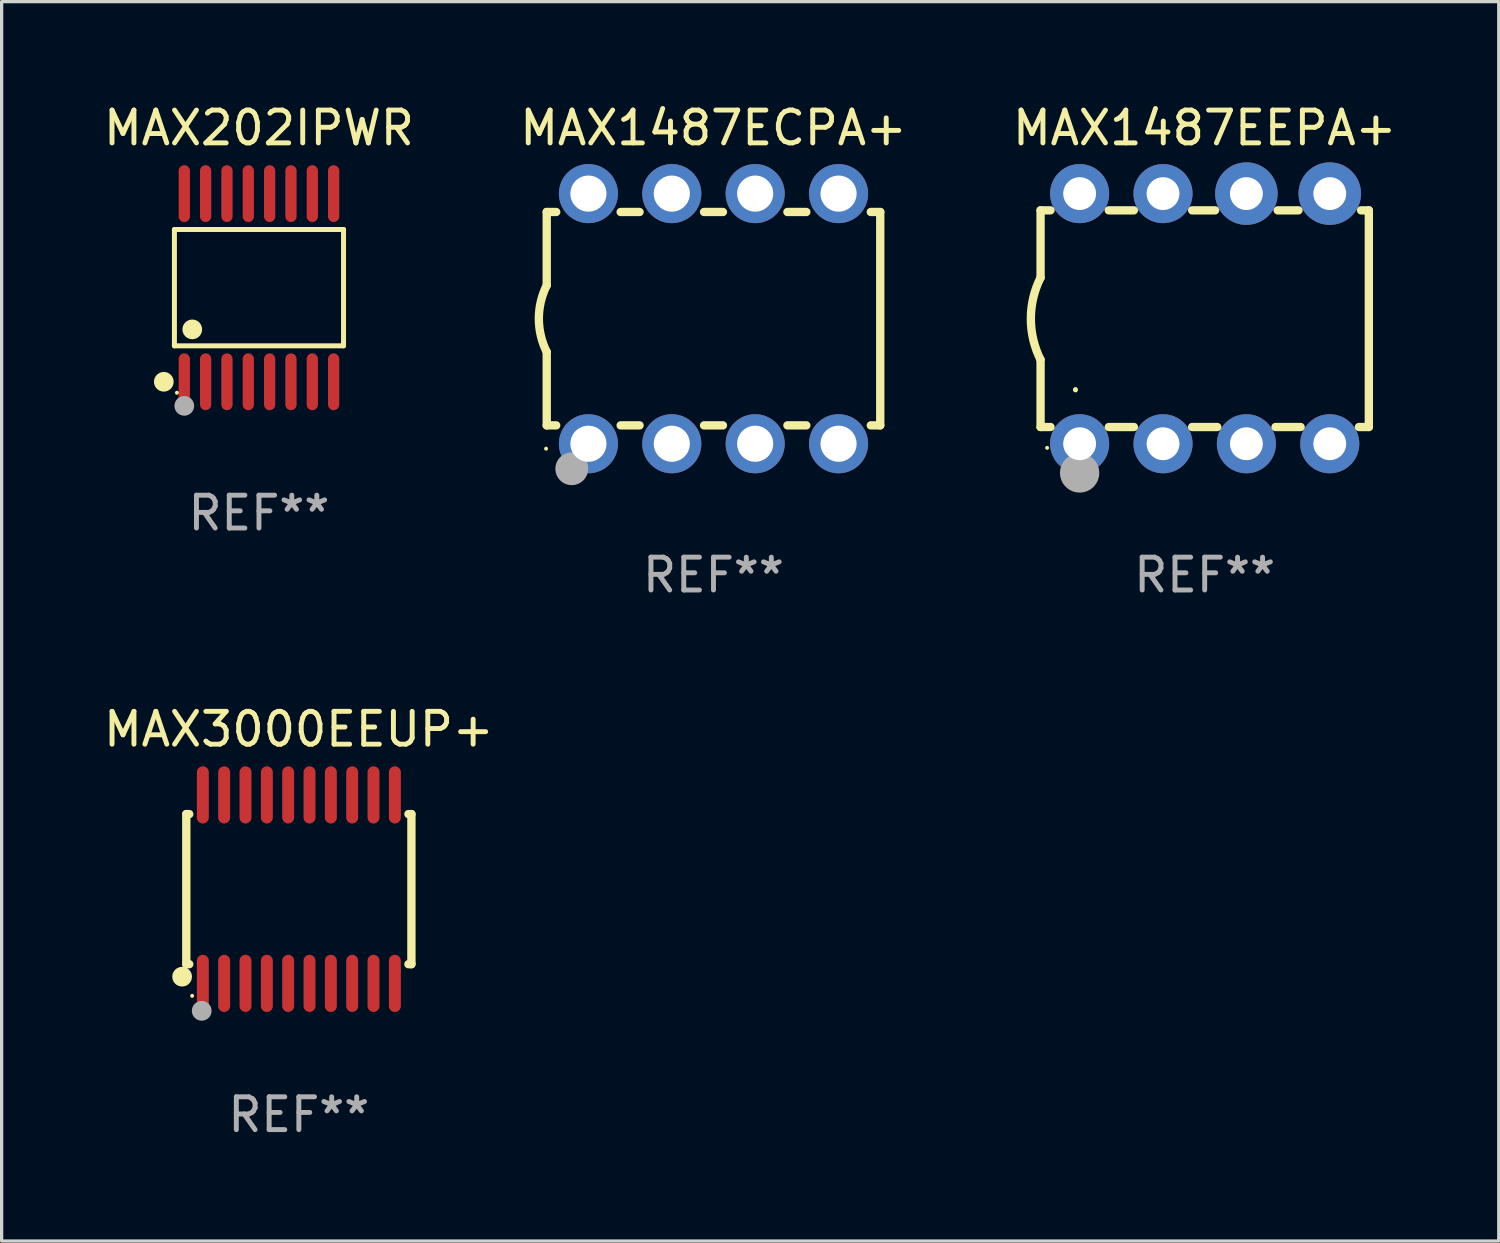
<source format=kicad_pcb>
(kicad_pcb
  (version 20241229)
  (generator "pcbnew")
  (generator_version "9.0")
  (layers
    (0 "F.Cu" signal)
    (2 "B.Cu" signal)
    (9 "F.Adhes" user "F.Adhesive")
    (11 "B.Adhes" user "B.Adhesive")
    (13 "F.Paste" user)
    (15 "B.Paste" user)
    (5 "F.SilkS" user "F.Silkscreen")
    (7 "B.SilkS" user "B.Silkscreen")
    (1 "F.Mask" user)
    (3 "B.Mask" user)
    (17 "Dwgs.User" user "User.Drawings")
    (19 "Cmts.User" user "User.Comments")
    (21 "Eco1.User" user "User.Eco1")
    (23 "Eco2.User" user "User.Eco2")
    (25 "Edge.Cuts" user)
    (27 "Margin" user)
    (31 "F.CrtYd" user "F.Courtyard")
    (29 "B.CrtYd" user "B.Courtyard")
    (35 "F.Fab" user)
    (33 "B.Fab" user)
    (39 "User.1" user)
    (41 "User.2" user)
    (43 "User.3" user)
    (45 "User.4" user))
  (footprint "MAX3000EEUP+"
    (layer "F.Cu")
    (at 6.054 24.036)
    (property "Reference" "MAX3000EEUP+" (at 0 -4.871 0) (layer "F.SilkS") (effects (font (size 1 1) (thickness 0.15))))
    (attr through_hole)
    (fp_line (start -3.429 -2.286) (end -3.429 2.286) (stroke (width 0.254) (type solid)) (layer "F.SilkS"))
    (fp_line (start -3.429 2.286) (end -3.338 2.286) (stroke (width 0.254) (type solid)) (layer "F.SilkS"))
    (fp_line (start -3.338 -2.286) (end -3.429 -2.286) (stroke (width 0.254) (type solid)) (layer "F.SilkS"))
    (fp_line (start 3.338 -2.286) (end 3.429 -2.286) (stroke (width 0.254) (type solid)) (layer "F.SilkS"))
    (fp_line (start 3.429 -2.286) (end 3.429 2.286) (stroke (width 0.254) (type solid)) (layer "F.SilkS"))
    (fp_line (start 3.429 2.286) (end 3.338 2.286) (stroke (width 0.254) (type solid)) (layer "F.SilkS"))
    (fp_circle (center -3.556 2.667) (end -3.406 2.667) (stroke (width 0.3) (type solid)) (fill no) (layer "F.SilkS"))
    (fp_circle (center -3.25 3.25) (end -3.22 3.25) (stroke (width 0.06) (type solid)) (fill no) (layer "F.SilkS"))
    (fp_circle (center -2.959 3.707) (end -2.808 3.707) (stroke (width 0.3) (type solid)) (fill no) (layer "F.Fab"))
    (fp_text user "REF**" (at 0 6.871 0) (layer "F.Fab") (effects (font (size 1 1) (thickness 0.15))))
    (pad "1" smd oval (at -2.925 2.871) (size 0.364 1.742) (layers "F.Cu" "F.Mask" "F.Paste"))
    (pad "2" smd oval (at -2.275 2.871) (size 0.364 1.742) (layers "F.Cu" "F.Mask" "F.Paste"))
    (pad "3" smd oval (at -1.625 2.871) (size 0.364 1.742) (layers "F.Cu" "F.Mask" "F.Paste"))
    (pad "4" smd oval (at -0.975 2.871) (size 0.364 1.742) (layers "F.Cu" "F.Mask" "F.Paste"))
    (pad "5" smd oval (at -0.325 2.871) (size 0.364 1.742) (layers "F.Cu" "F.Mask" "F.Paste"))
    (pad "6" smd oval (at 0.325 2.871) (size 0.364 1.742) (layers "F.Cu" "F.Mask" "F.Paste"))
    (pad "7" smd oval (at 0.975 2.871) (size 0.364 1.742) (layers "F.Cu" "F.Mask" "F.Paste"))
    (pad "8" smd oval (at 1.625 2.871) (size 0.364 1.742) (layers "F.Cu" "F.Mask" "F.Paste"))
    (pad "9" smd oval (at 2.275 2.871) (size 0.364 1.742) (layers "F.Cu" "F.Mask" "F.Paste"))
    (pad "10" smd oval (at 2.925 2.871) (size 0.364 1.742) (layers "F.Cu" "F.Mask" "F.Paste"))
    (pad "11" smd oval (at 2.925 -2.871) (size 0.364 1.742) (layers "F.Cu" "F.Mask" "F.Paste"))
    (pad "12" smd oval (at 2.275 -2.871) (size 0.364 1.742) (layers "F.Cu" "F.Mask" "F.Paste"))
    (pad "13" smd oval (at 1.625 -2.871) (size 0.364 1.742) (layers "F.Cu" "F.Mask" "F.Paste"))
    (pad "14" smd oval (at 0.975 -2.871) (size 0.364 1.742) (layers "F.Cu" "F.Mask" "F.Paste"))
    (pad "15" smd oval (at 0.325 -2.871) (size 0.364 1.742) (layers "F.Cu" "F.Mask" "F.Paste"))
    (pad "16" smd oval (at -0.325 -2.871) (size 0.364 1.742) (layers "F.Cu" "F.Mask" "F.Paste"))
    (pad "17" smd oval (at -0.975 -2.871) (size 0.364 1.742) (layers "F.Cu" "F.Mask" "F.Paste"))
    (pad "18" smd oval (at -1.625 -2.871) (size 0.364 1.742) (layers "F.Cu" "F.Mask" "F.Paste"))
    (pad "19" smd oval (at -2.275 -2.871) (size 0.364 1.742) (layers "F.Cu" "F.Mask" "F.Paste"))
    (pad "20" smd oval (at -2.925 -2.871) (size 0.364 1.742) (layers "F.Cu" "F.Mask" "F.Paste")))
  (footprint "MAX1487EEPA+"
    (layer "F.Cu")
    (at 33.649 6.658)
    (property "Reference" "MAX1487EEPA+" (at 0 -5.81 0) (layer "F.SilkS") (effects (font (size 1 1) (thickness 0.15))))
    (attr through_hole)
    (fp_line (start -5 -3.3) (end -5 -1.25) (stroke (width 0.254) (type solid)) (layer "F.SilkS"))
    (fp_line (start -5 -3.3) (end -4.698 -3.3) (stroke (width 0.254) (type solid)) (layer "F.SilkS"))
    (fp_line (start -5 3.3) (end -5 1.25) (stroke (width 0.254) (type solid)) (layer "F.SilkS"))
    (fp_line (start -5 3.3) (end -4.698 3.3) (stroke (width 0.254) (type solid)) (layer "F.SilkS"))
    (fp_line (start -2.922 -3.3) (end -2.158 -3.3) (stroke (width 0.254) (type solid)) (layer "F.SilkS"))
    (fp_line (start -2.922 3.3) (end -2.158 3.3) (stroke (width 0.254) (type solid)) (layer "F.SilkS"))
    (fp_line (start -0.382 -3.3) (end 0.316 -3.3) (stroke (width 0.254) (type solid)) (layer "F.SilkS"))
    (fp_line (start -0.382 3.3) (end 0.382 3.3) (stroke (width 0.254) (type solid)) (layer "F.SilkS"))
    (fp_line (start 2.158 3.3) (end 2.922 3.3) (stroke (width 0.254) (type solid)) (layer "F.SilkS"))
    (fp_line (start 2.224 -3.3) (end 2.856 -3.3) (stroke (width 0.254) (type solid)) (layer "F.SilkS"))
    (fp_line (start 4.698 3.3) (end 5 3.3) (stroke (width 0.254) (type solid)) (layer "F.SilkS"))
    (fp_line (start 4.764 -3.3) (end 5 -3.3) (stroke (width 0.254) (type solid)) (layer "F.SilkS"))
    (fp_line (start 5 -3.3) (end 5 3.3) (stroke (width 0.254) (type solid)) (layer "F.SilkS"))
    (fp_arc (start -5.00127 1.249682) (mid -5.295892 -0.000313) (end -5.000025 -1.250013) (stroke (width 0.254001) (type solid)) (layer "F.SilkS"))
    (fp_arc (start -3.937262 2.170256) (mid -3.937197 2.164629) (end -3.937008 2.159004) (stroke (width 0.149987) (type solid)) (layer "F.SilkS"))
    (fp_circle (center -4.8 3.935) (end -4.77 3.935) (stroke (width 0.06) (type solid)) (fill no) (layer "F.SilkS"))
    (fp_circle (center -3.81 4.699) (end -3.51 4.699) (stroke (width 0.6) (type solid)) (fill no) (layer "F.Fab"))
    (fp_text user "REF**" (at 0 7.81 0) (layer "F.Fab") (effects (font (size 1 1) (thickness 0.15))))
    (pad "1" thru_hole circle (at -3.81 3.81) (size 1.8 1.8) (drill 1) (layers "*.Cu" "*.Mask"))
    (pad "2" thru_hole circle (at -1.27 3.81) (size 1.8 1.8) (drill 1) (layers "*.Cu" "*.Mask"))
    (pad "3" thru_hole circle (at 1.27 3.81) (size 1.8 1.8) (drill 1) (layers "*.Cu" "*.Mask"))
    (pad "4" thru_hole circle (at 3.81 3.81) (size 1.8 1.8) (drill 1) (layers "*.Cu" "*.Mask"))
    (pad "5" thru_hole circle (at 3.81 -3.81) (size 1.905 1.905) (drill 1) (layers "*.Cu" "*.Mask"))
    (pad "6" thru_hole circle (at 1.27 -3.81) (size 1.905 1.905) (drill 1) (layers "*.Cu" "*.Mask"))
    (pad "7" thru_hole circle (at -1.27 -3.81) (size 1.8 1.8) (drill 1) (layers "*.Cu" "*.Mask"))
    (pad "8" thru_hole circle (at -3.81 -3.81) (size 1.8 1.8) (drill 1) (layers "*.Cu" "*.Mask")))
  (footprint "MAX202IPWR"
    (layer "F.Cu")
    (at 4.839 5.714)
    (property "Reference" "MAX202IPWR" (at 0 -4.866 0) (layer "F.SilkS") (effects (font (size 1 1) (thickness 0.15))))
    (attr through_hole)
    (fp_line (start -2.576 -1.772) (end 2.576 -1.772) (stroke (width 0.152) (type solid)) (layer "F.SilkS"))
    (fp_line (start -2.576 1.771) (end -2.576 -1.772) (stroke (width 0.152) (type solid)) (layer "F.SilkS"))
    (fp_line (start 2.576 -1.772) (end 2.576 1.771) (stroke (width 0.152) (type solid)) (layer "F.SilkS"))
    (fp_line (start 2.576 1.771) (end -2.576 1.771) (stroke (width 0.152) (type solid)) (layer "F.SilkS"))
    (fp_circle (center -2.899 2.866) (end -2.749 2.866) (stroke (width 0.3) (type solid)) (fill no) (layer "F.SilkS"))
    (fp_circle (center -2.5 3.2) (end -2.47 3.2) (stroke (width 0.06) (type solid)) (fill no) (layer "F.SilkS"))
    (fp_circle (center -2.032 1.27) (end -1.882 1.27) (stroke (width 0.3) (type solid)) (fill no) (layer "F.SilkS"))
    (fp_circle (center -2.275 3.6) (end -2.125 3.6) (stroke (width 0.3) (type solid)) (fill no) (layer "F.Fab"))
    (fp_text user "REF**" (at 0 6.866 0) (layer "F.Fab") (effects (font (size 1 1) (thickness 0.15))))
    (pad "1" smd oval (at -2.275 2.866) (size 0.343 1.731) (layers "F.Cu" "F.Mask" "F.Paste"))
    (pad "2" smd oval (at -1.625 2.866) (size 0.343 1.731) (layers "F.Cu" "F.Mask" "F.Paste"))
    (pad "3" smd oval (at -0.975 2.866) (size 0.343 1.731) (layers "F.Cu" "F.Mask" "F.Paste"))
    (pad "4" smd oval (at -0.325 2.866) (size 0.343 1.731) (layers "F.Cu" "F.Mask" "F.Paste"))
    (pad "5" smd oval (at 0.325 2.866) (size 0.343 1.731) (layers "F.Cu" "F.Mask" "F.Paste"))
    (pad "6" smd oval (at 0.975 2.866) (size 0.343 1.731) (layers "F.Cu" "F.Mask" "F.Paste"))
    (pad "7" smd oval (at 1.625 2.866) (size 0.343 1.731) (layers "F.Cu" "F.Mask" "F.Paste"))
    (pad "8" smd oval (at 2.275 2.866) (size 0.343 1.731) (layers "F.Cu" "F.Mask" "F.Paste"))
    (pad "9" smd oval (at 2.275 -2.866) (size 0.343 1.731) (layers "F.Cu" "F.Mask" "F.Paste"))
    (pad "10" smd oval (at 1.625 -2.866) (size 0.343 1.731) (layers "F.Cu" "F.Mask" "F.Paste"))
    (pad "11" smd oval (at 0.975 -2.866) (size 0.343 1.731) (layers "F.Cu" "F.Mask" "F.Paste"))
    (pad "12" smd oval (at 0.325 -2.866) (size 0.343 1.731) (layers "F.Cu" "F.Mask" "F.Paste"))
    (pad "13" smd oval (at -0.325 -2.866) (size 0.343 1.731) (layers "F.Cu" "F.Mask" "F.Paste"))
    (pad "14" smd oval (at -0.975 -2.866) (size 0.343 1.731) (layers "F.Cu" "F.Mask" "F.Paste"))
    (pad "15" smd oval (at -1.625 -2.866) (size 0.343 1.731) (layers "F.Cu" "F.Mask" "F.Paste"))
    (pad "16" smd oval (at -2.275 -2.866) (size 0.343 1.731) (layers "F.Cu" "F.Mask" "F.Paste")))
  (footprint "MAX1487ECPA+"
    (layer "F.Cu")
    (at 18.685 6.658)
    (property "Reference" "MAX1487ECPA+" (at 0 -5.81 0) (layer "F.SilkS") (effects (font (size 1 1) (thickness 0.15))))
    (attr through_hole)
    (fp_line (start -5.08 -3.25) (end -5.08 -1.017) (stroke (width 0.254) (type solid)) (layer "F.SilkS"))
    (fp_line (start -5.08 -3.25) (end -4.792 -3.25) (stroke (width 0.254) (type solid)) (layer "F.SilkS"))
    (fp_line (start -5.08 3.25) (end -5.08 1.015) (stroke (width 0.254) (type solid)) (layer "F.SilkS"))
    (fp_line (start -5.08 3.25) (end -4.792 3.25) (stroke (width 0.254) (type solid)) (layer "F.SilkS"))
    (fp_line (start -2.828 -3.25) (end -2.252 -3.25) (stroke (width 0.254) (type solid)) (layer "F.SilkS"))
    (fp_line (start -2.828 3.25) (end -2.252 3.25) (stroke (width 0.254) (type solid)) (layer "F.SilkS"))
    (fp_line (start -0.288 -3.25) (end 0.288 -3.25) (stroke (width 0.254) (type solid)) (layer "F.SilkS"))
    (fp_line (start -0.288 3.25) (end 0.288 3.25) (stroke (width 0.254) (type solid)) (layer "F.SilkS"))
    (fp_line (start 2.252 -3.25) (end 2.828 -3.25) (stroke (width 0.254) (type solid)) (layer "F.SilkS"))
    (fp_line (start 2.252 3.25) (end 2.828 3.25) (stroke (width 0.254) (type solid)) (layer "F.SilkS"))
    (fp_line (start 4.792 -3.25) (end 5.08 -3.25) (stroke (width 0.254) (type solid)) (layer "F.SilkS"))
    (fp_line (start 4.792 3.25) (end 5.08 3.25) (stroke (width 0.254) (type solid)) (layer "F.SilkS"))
    (fp_line (start 5.08 -3.25) (end 5.08 3.25) (stroke (width 0.254) (type solid)) (layer "F.SilkS"))
    (fp_arc (start -5.08001 1.01524) (mid -5.319856 -0.000762) (end -5.08001 -1.016764) (stroke (width 0.254001) (type solid)) (layer "F.SilkS"))
    (fp_circle (center -5.1 3.96) (end -5.07 3.96) (stroke (width 0.06) (type solid)) (fill no) (layer "F.SilkS"))
    (fp_circle (center -4.318 4.572) (end -4.068 4.572) (stroke (width 0.5) (type solid)) (fill no) (layer "F.Fab"))
    (fp_text user "REF**" (at 0 7.81 0) (layer "F.Fab") (effects (font (size 1 1) (thickness 0.15))))
    (pad "1" thru_hole circle (at -3.81 3.81) (size 1.8 1.8) (drill 1.1) (layers "*.Cu" "*.Mask"))
    (pad "2" thru_hole circle (at -1.27 3.81) (size 1.8 1.8) (drill 1.1) (layers "*.Cu" "*.Mask"))
    (pad "3" thru_hole circle (at 1.27 3.81) (size 1.8 1.8) (drill 1.1) (layers "*.Cu" "*.Mask"))
    (pad "4" thru_hole circle (at 3.81 3.81) (size 1.8 1.8) (drill 1.1) (layers "*.Cu" "*.Mask"))
    (pad "5" thru_hole circle (at 3.81 -3.81) (size 1.8 1.8) (drill 1.1) (layers "*.Cu" "*.Mask"))
    (pad "6" thru_hole circle (at 1.27 -3.81) (size 1.8 1.8) (drill 1.1) (layers "*.Cu" "*.Mask"))
    (pad "7" thru_hole circle (at -1.27 -3.81) (size 1.8 1.8) (drill 1.1) (layers "*.Cu" "*.Mask"))
    (pad "8" thru_hole circle (at -3.81 -3.81) (size 1.8 1.8) (drill 1.1) (layers "*.Cu" "*.Mask")))
  (gr_rect
    (start -3 -3)
    (end 42.607 34.755)
    (stroke (width 0.1) (type default))
    (fill no)
    (layer "Edge.Cuts")))
</source>
